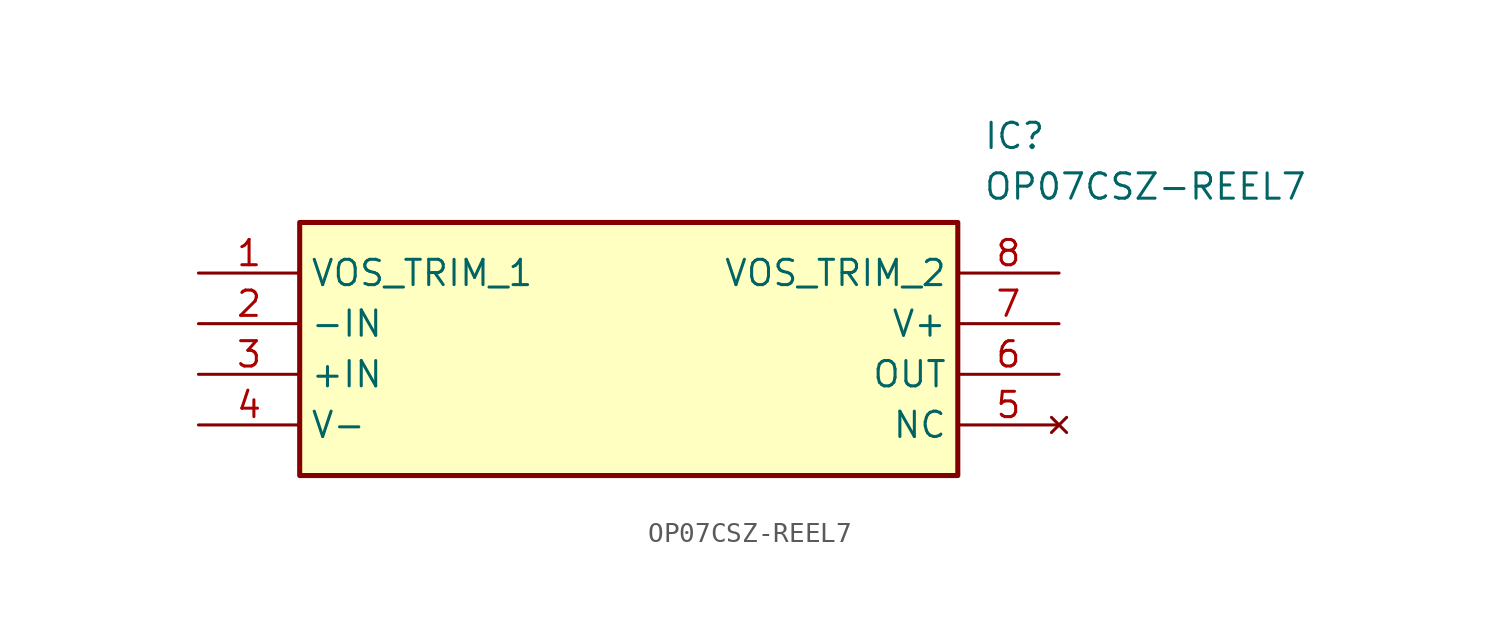
<source format=kicad_sym>
(kicad_symbol_lib
  (version 20211014)
  (generator SamacSys_ECAD_Model)
  (symbol "OP07CSZ-REEL7"
    (property "Reference" "IC"
      (at 39.37 7.62 0)
      (effects (font (size 1.27 1.27)) (justify left top)))
    (property "Value" "OP07CSZ-REEL7"
      (at 39.37 5.08 0)
      (effects (font (size 1.27 1.27)) (justify left top)))
    (rectangle
      (start 5.08 2.54)
      (end 38.1 -10.16)
      (stroke (width 0.254) (type default))
      (fill (type background)))
    (pin passive line
      (at 0 0 0)
      (length 5.08)
      (name "VOS_TRIM_1" (effects (font (size 1.27 1.27))))
      (number "1" (effects (font (size 1.27 1.27)))))
    (pin input line
      (at 0 -2.54 0)
      (length 5.08)
      (name "-IN" (effects (font (size 1.27 1.27))))
      (number "2" (effects (font (size 1.27 1.27)))))
    (pin input line
      (at 0 -5.08 0)
      (length 5.08)
      (name "+IN" (effects (font (size 1.27 1.27))))
      (number "3" (effects (font (size 1.27 1.27)))))
    (pin passive line
      (at 0 -7.62 0)
      (length 5.08)
      (name "V-" (effects (font (size 1.27 1.27))))
      (number "4" (effects (font (size 1.27 1.27)))))
    (pin passive line
      (at 43.18 0 180)
      (length 5.08)
      (name "VOS_TRIM_2" (effects (font (size 1.27 1.27))))
      (number "8" (effects (font (size 1.27 1.27)))))
    (pin passive line
      (at 43.18 -2.54 180)
      (length 5.08)
      (name "V+" (effects (font (size 1.27 1.27))))
      (number "7" (effects (font (size 1.27 1.27)))))
    (pin output line
      (at 43.18 -5.08 180)
      (length 5.08)
      (name "OUT" (effects (font (size 1.27 1.27))))
      (number "6" (effects (font (size 1.27 1.27)))))
    (pin no_connect line
      (at 43.18 -7.62 180)
      (length 5.08)
      (name "NC" (effects (font (size 1.27 1.27))))
      (number "5" (effects (font (size 1.27 1.27)))))))
</source>
